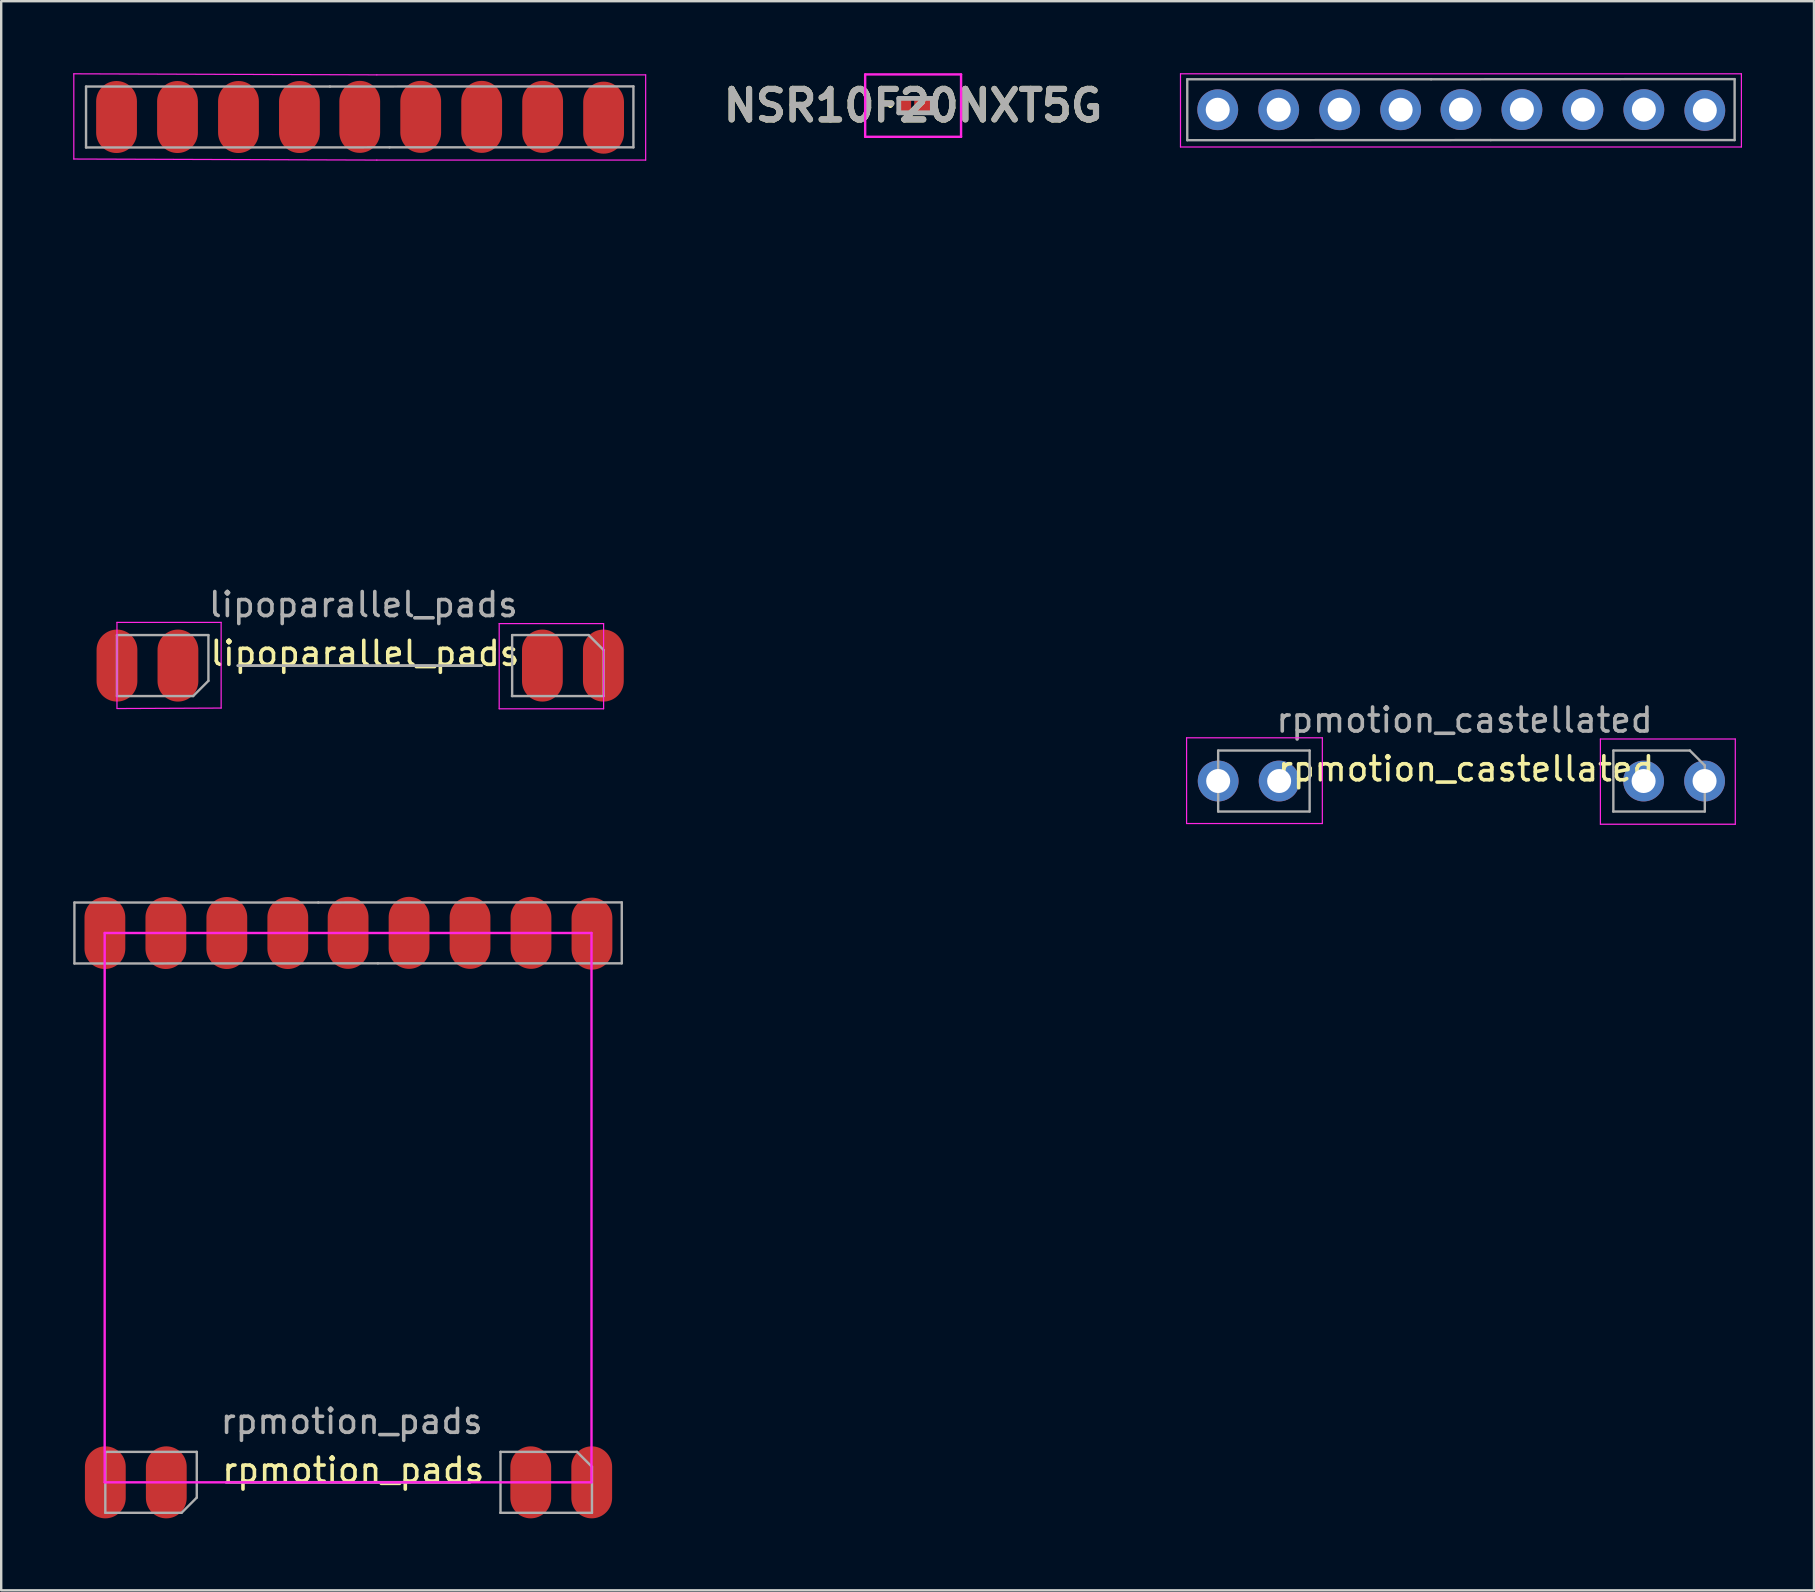
<source format=kicad_pcb>
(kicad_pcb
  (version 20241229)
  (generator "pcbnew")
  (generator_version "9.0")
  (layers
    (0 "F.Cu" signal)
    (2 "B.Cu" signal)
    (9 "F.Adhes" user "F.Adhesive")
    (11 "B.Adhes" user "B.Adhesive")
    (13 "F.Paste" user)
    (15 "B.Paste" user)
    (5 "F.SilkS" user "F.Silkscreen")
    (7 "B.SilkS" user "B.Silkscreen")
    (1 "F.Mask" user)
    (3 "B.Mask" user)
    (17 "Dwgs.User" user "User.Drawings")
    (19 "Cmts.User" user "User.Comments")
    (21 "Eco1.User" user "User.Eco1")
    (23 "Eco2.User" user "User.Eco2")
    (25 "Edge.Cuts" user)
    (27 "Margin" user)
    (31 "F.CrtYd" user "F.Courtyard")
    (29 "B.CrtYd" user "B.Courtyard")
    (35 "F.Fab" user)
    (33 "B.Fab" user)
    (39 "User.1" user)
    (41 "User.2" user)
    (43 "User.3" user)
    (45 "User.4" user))
  (footprint "NSR10F20NXT5G"
    (layer "F.Cu")
    (at 35.094 1.35)
    (property "Reference" "NSR10F20NXT5G" (at -0.103 0 0) (layer "F.SilkS") (effects (font (size 1.27 1.27) (thickness 0.254))))
    (attr smd)
    (fp_line (start -1.1 0) (end -1.1 0) (stroke (width 0.1) (type solid)) (layer "F.SilkS"))
    (fp_line (start -1 0) (end -1 0) (stroke (width 0.1) (type solid)) (layer "F.SilkS"))
    (fp_arc (start -1.1 0) (mid -1.05 -0.05) (end -1 0) (stroke (width 0.1) (type solid)) (layer "F.SilkS"))
    (fp_arc (start -1 0) (mid -1.05 0.05) (end -1.1 0) (stroke (width 0.1) (type solid)) (layer "F.SilkS"))
    (fp_line (start -2.1 -1.3) (end 1.895 -1.3) (stroke (width 0.1) (type solid)) (layer "F.CrtYd"))
    (fp_line (start -2.1 1.3) (end -2.1 -1.3) (stroke (width 0.1) (type solid)) (layer "F.CrtYd"))
    (fp_line (start 1.895 -1.3) (end 1.895 1.3) (stroke (width 0.1) (type solid)) (layer "F.CrtYd"))
    (fp_line (start 1.895 1.3) (end -2.1 1.3) (stroke (width 0.1) (type solid)) (layer "F.CrtYd"))
    (fp_line (start -0.7 -0.3) (end 0.7 -0.3) (stroke (width 0.2) (type solid)) (layer "F.Fab"))
    (fp_line (start -0.7 0.3) (end -0.7 -0.3) (stroke (width 0.2) (type solid)) (layer "F.Fab"))
    (fp_line (start 0.7 -0.3) (end 0.7 0.3) (stroke (width 0.2) (type solid)) (layer "F.Fab"))
    (fp_line (start 0.7 0.3) (end -0.7 0.3) (stroke (width 0.2) (type solid)) (layer "F.Fab"))
    (fp_text user "${REFERENCE}" (at -0.103 0 0) (layer "F.Fab") (effects (font (size 1.27 1.27) (thickness 0.254))))
    (pad "1" smd rect (at -0.42 0) (size 0.47 0.6) (layers "F.Cu" "F.Mask" "F.Paste"))
    (pad "2" smd rect (at 0.42 0 90) (size 0.6 0.95) (layers "F.Cu" "F.Mask" "F.Paste")))
  (footprint "lipoparallel_pads"
    (layer "F.Cu")
    (at 11.937 24.679)
    (property "Reference" "lipoparallel_pads" (at 0.216 -0.508 0) (unlocked yes) (layer "F.SilkS") (effects (font (size 1 1) (thickness 0.15))))
    (attr through_hole)
    (fp_line (start -11.912 -24.654) (end 0.712 -24.61) (stroke (width 0.05) (type solid)) (layer "F.CrtYd"))
    (fp_line (start -11.912 -21.104) (end -11.912 -24.654) (stroke (width 0.05) (type solid)) (layer "F.CrtYd"))
    (fp_line (start -10.114 -1.8) (end -5.774 -1.8) (stroke (width 0.05) (type solid)) (layer "F.CrtYd"))
    (fp_line (start -10.114 1.77) (end -10.114 -1.8) (stroke (width 0.05) (type solid)) (layer "F.CrtYd"))
    (fp_line (start -5.774 -1.8) (end -5.774 1.77) (stroke (width 0.05) (type solid)) (layer "F.CrtYd"))
    (fp_line (start -5.774 1.77) (end -10.114 1.79) (stroke (width 0.05) (type solid)) (layer "F.CrtYd"))
    (fp_line (start 0.712 -24.61) (end 11.912 -24.61) (stroke (width 0.05) (type solid)) (layer "F.CrtYd"))
    (fp_line (start 0.712 -21.06) (end -11.912 -21.104) (stroke (width 0.05) (type solid)) (layer "F.CrtYd"))
    (fp_line (start 5.81 -1.75) (end 10.16 -1.75) (stroke (width 0.05) (type solid)) (layer "F.CrtYd"))
    (fp_line (start 5.81 1.8) (end 5.81 -1.75) (stroke (width 0.05) (type solid)) (layer "F.CrtYd"))
    (fp_line (start 10.16 -1.75) (end 10.16 1.8) (stroke (width 0.05) (type solid)) (layer "F.CrtYd"))
    (fp_line (start 10.16 1.8) (end 5.81 1.8) (stroke (width 0.05) (type solid)) (layer "F.CrtYd"))
    (fp_line (start 11.912 -24.61) (end 11.912 -21.06) (stroke (width 0.05) (type solid)) (layer "F.CrtYd"))
    (fp_line (start 11.912 -21.06) (end 0.712 -21.06) (stroke (width 0.05) (type solid)) (layer "F.CrtYd"))
    (fp_line (start -11.402 -24.124) (end -1.242 -24.124) (stroke (width 0.1) (type solid)) (layer "F.Fab"))
    (fp_line (start -11.402 -21.584) (end -11.402 -24.124) (stroke (width 0.1) (type solid)) (layer "F.Fab"))
    (fp_line (start -10.114 -1.27) (end -6.304 -1.27) (stroke (width 0.1) (type solid)) (layer "F.Fab"))
    (fp_line (start -10.114 1.27) (end -10.114 -1.27) (stroke (width 0.1) (type solid)) (layer "F.Fab"))
    (fp_line (start -6.939 1.27) (end -10.114 1.27) (stroke (width 0.1) (type solid)) (layer "F.Fab"))
    (fp_line (start -6.304 -1.27) (end -6.304 0.635) (stroke (width 0.1) (type solid)) (layer "F.Fab"))
    (fp_line (start -6.304 0.635) (end -6.939 1.27) (stroke (width 0.1) (type solid)) (layer "F.Fab"))
    (fp_line (start -5.08 0) (end 5.08 0) (stroke (width 0.12) (type default)) (layer "F.Fab"))
    (fp_line (start -1.242 -24.124) (end 11.402 -24.13) (stroke (width 0.1) (type solid)) (layer "F.Fab"))
    (fp_line (start 1.242 -21.59) (end -11.402 -21.584) (stroke (width 0.1) (type solid)) (layer "F.Fab"))
    (fp_line (start 6.34 1.27) (end 10.16 1.27) (stroke (width 0.1) (type solid)) (layer "F.Fab"))
    (fp_line (start 6.35 -1.27) (end 9.538 -1.27) (stroke (width 0.1) (type solid)) (layer "F.Fab"))
    (fp_line (start 6.35 1.27) (end 6.35 -1.27) (stroke (width 0.1) (type solid)) (layer "F.Fab"))
    (fp_line (start 10.16 -0.648) (end 9.538 -1.27) (stroke (width 0.1) (type solid)) (layer "F.Fab"))
    (fp_line (start 10.16 -0.648) (end 10.16 1.27) (stroke (width 0.1) (type solid)) (layer "F.Fab"))
    (fp_line (start 11.402 -24.13) (end 11.402 -21.59) (stroke (width 0.1) (type solid)) (layer "F.Fab"))
    (fp_line (start 11.402 -21.59) (end 1.242 -21.59) (stroke (width 0.1) (type solid)) (layer "F.Fab"))
    (fp_text user "${REFERENCE}" (at 0.152 -2.54 0) (layer "F.Fab") (effects (font (size 1 1) (thickness 0.15))))
    (pad "1" connect oval (at 10.15 0 270) (size 3 1.7) (layers "F.Cu" "F.Mask"))
    (pad "2" connect oval (at 7.61 0 270) (size 3 1.7) (layers "F.Cu" "F.Mask"))
    (pad "3" connect oval (at -7.574 0 270) (size 3 1.7) (layers "F.Cu" "F.Mask"))
    (pad "4" connect oval (at -10.114 0 270) (size 3 1.7) (layers "F.Cu" "F.Mask"))
    (pad "5" connect oval (at -10.132 -22.854 270) (size 3 1.7) (layers "F.Cu" "F.Mask"))
    (pad "6" connect oval (at -7.592 -22.854 270) (size 3 1.7) (layers "F.Cu" "F.Mask"))
    (pad "7" connect oval (at -5.052 -22.854 270) (size 3 1.7) (layers "F.Cu" "F.Mask"))
    (pad "8" connect oval (at -2.512 -22.854 270) (size 3 1.7) (layers "F.Cu" "F.Mask"))
    (pad "9" connect oval (at 0 -22.86 270) (size 3 1.7) (layers "F.Cu" "F.Mask"))
    (pad "10" connect oval (at 2.54 -22.86 270) (size 3 1.7) (layers "F.Cu" "F.Mask"))
    (pad "11" connect oval (at 5.08 -22.86 270) (size 3 1.7) (layers "F.Cu" "F.Mask"))
    (pad "12" connect oval (at 7.62 -22.86 270) (size 3 1.7) (layers "F.Cu" "F.Mask"))
    (pad "13" connect oval (at 10.16 -22.827 270) (size 3 1.7) (layers "F.Cu" "F.Mask")))
  (footprint "rpmotion_castellated"
    (layer "F.Cu")
    (at 57.815 29.489)
    (property "Reference" "rpmotion_castellated" (at 0.216 -0.508 0) (unlocked yes) (layer "F.SilkS") (effects (font (size 1 1) (thickness 0.15))))
    (attr through_hole)
    (fp_line (start -11.684 -29.464) (end 11.684 -29.464) (stroke (width 0.05) (type solid)) (layer "F.CrtYd"))
    (fp_line (start -11.684 -26.416) (end -11.684 -29.464) (stroke (width 0.05) (type solid)) (layer "F.CrtYd"))
    (fp_line (start -11.43 -1.8) (end -5.774 -1.8) (stroke (width 0.05) (type solid)) (layer "F.CrtYd"))
    (fp_line (start -11.43 1.77) (end -11.43 -1.8) (stroke (width 0.05) (type solid)) (layer "F.CrtYd"))
    (fp_line (start -5.774 -1.8) (end -5.774 1.77) (stroke (width 0.05) (type solid)) (layer "F.CrtYd"))
    (fp_line (start -5.774 1.77) (end -11.43 1.77) (stroke (width 0.05) (type solid)) (layer "F.CrtYd"))
    (fp_line (start 5.81 -1.75) (end 11.43 -1.75) (stroke (width 0.05) (type solid)) (layer "F.CrtYd"))
    (fp_line (start 5.81 1.8) (end 5.81 -1.75) (stroke (width 0.05) (type solid)) (layer "F.CrtYd"))
    (fp_line (start 11.43 -1.75) (end 11.43 1.8) (stroke (width 0.05) (type solid)) (layer "F.CrtYd"))
    (fp_line (start 11.43 1.8) (end 5.81 1.8) (stroke (width 0.05) (type solid)) (layer "F.CrtYd"))
    (fp_line (start 11.684 -29.464) (end 11.684 -26.416) (stroke (width 0.05) (type solid)) (layer "F.CrtYd"))
    (fp_line (start 11.684 -26.416) (end -11.684 -26.416) (stroke (width 0.05) (type solid)) (layer "F.CrtYd"))
    (fp_line (start -11.402 -29.237) (end -1.242 -29.237) (stroke (width 0.1) (type solid)) (layer "F.Fab"))
    (fp_line (start -11.402 -26.697) (end -11.402 -29.237) (stroke (width 0.1) (type solid)) (layer "F.Fab"))
    (fp_line (start -10.114 -1.27) (end -6.304 -1.27) (stroke (width 0.1) (type solid)) (layer "F.Fab"))
    (fp_line (start -10.114 1.27) (end -10.114 -1.27) (stroke (width 0.1) (type solid)) (layer "F.Fab"))
    (fp_line (start -6.304 -1.27) (end -6.304 1.27) (stroke (width 0.1) (type solid)) (layer "F.Fab"))
    (fp_line (start -6.304 1.27) (end -10.114 1.27) (stroke (width 0.1) (type solid)) (layer "F.Fab"))
    (fp_line (start -1.242 -29.237) (end 11.402 -29.243) (stroke (width 0.1) (type solid)) (layer "F.Fab"))
    (fp_line (start 1.242 -26.703) (end -11.402 -26.697) (stroke (width 0.1) (type solid)) (layer "F.Fab"))
    (fp_line (start 6.34 1.27) (end 10.16 1.27) (stroke (width 0.1) (type solid)) (layer "F.Fab"))
    (fp_line (start 6.35 -1.27) (end 9.538 -1.27) (stroke (width 0.1) (type solid)) (layer "F.Fab"))
    (fp_line (start 6.35 1.27) (end 6.35 -1.27) (stroke (width 0.1) (type solid)) (layer "F.Fab"))
    (fp_line (start 10.16 -0.648) (end 9.538 -1.27) (stroke (width 0.1) (type solid)) (layer "F.Fab"))
    (fp_line (start 10.16 -0.648) (end 10.16 1.27) (stroke (width 0.1) (type solid)) (layer "F.Fab"))
    (fp_line (start 11.402 -29.243) (end 11.402 -26.703) (stroke (width 0.1) (type solid)) (layer "F.Fab"))
    (fp_line (start 11.402 -26.703) (end 1.242 -26.703) (stroke (width 0.1) (type solid)) (layer "F.Fab"))
    (fp_text user "${REFERENCE}" (at 0.152 -2.54 0) (layer "F.Fab") (effects (font (size 1 1) (thickness 0.15))))
    (pad "1" thru_hole oval (at 10.15 0 90) (size 1.7 1.7) (drill 1) (layers "*.Cu" "*.Mask"))
    (pad "2" thru_hole oval (at 7.61 0 90) (size 1.7 1.7) (drill 1) (layers "*.Cu" "*.Mask"))
    (pad "3" thru_hole oval (at -7.574 0 270) (size 1.7 1.7) (drill 1) (layers "*.Cu" "*.Mask"))
    (pad "4" thru_hole oval (at -10.114 0 270) (size 1.7 1.7) (drill 1) (layers "*.Cu" "*.Mask"))
    (pad "5" thru_hole oval (at -10.132 -27.967 270) (size 1.7 1.7) (drill 1) (layers "*.Cu" "*.Mask"))
    (pad "6" thru_hole oval (at -7.592 -27.967 270) (size 1.7 1.7) (drill 1) (layers "*.Cu" "*.Mask"))
    (pad "7" thru_hole oval (at -5.052 -27.967 270) (size 1.7 1.7) (drill 1) (layers "*.Cu" "*.Mask"))
    (pad "8" thru_hole circle (at -2.512 -27.967 270) (size 1.7 1.7) (drill 1) (layers "*.Cu" "*.Mask"))
    (pad "9" thru_hole oval (at 0 -27.973 90) (size 1.7 1.7) (drill 1) (layers "*.Cu" "*.Mask"))
    (pad "10" thru_hole oval (at 2.54 -27.973 90) (size 1.7 1.7) (drill 1) (layers "*.Cu" "*.Mask"))
    (pad "11" thru_hole oval (at 5.08 -27.973 90) (size 1.7 1.7) (drill 1) (layers "*.Cu" "*.Mask"))
    (pad "12" thru_hole oval (at 7.62 -27.973 90) (size 1.7 1.7) (drill 1) (layers "*.Cu" "*.Mask"))
    (pad "13" thru_hole oval (at 10.16 -27.94 90) (size 1.7 1.7) (drill 1) (layers "*.Cu" "*.Mask")))
  (footprint "rpmotion_pads"
    (layer "F.Cu")
    (at 11.452 58.707)
    (property "Reference" "rpmotion_pads" (at 0.216 -0.508 0) (unlocked yes) (layer "F.SilkS") (effects (font (size 1 1) (thickness 0.15))))
    (attr through_hole)
    (fp_line (start -10.141 0) (end -10.141 -22.887) (stroke (width 0.1) (type default)) (layer "F.CrtYd"))
    (fp_line (start -10.141 0) (end 10.141 0) (stroke (width 0.1) (type default)) (layer "F.CrtYd"))
    (fp_line (start 10.141 -22.887) (end -10.141 -22.887) (stroke (width 0.1) (type default)) (layer "F.CrtYd"))
    (fp_line (start 10.141 0) (end 10.141 -22.887) (stroke (width 0.1) (type default)) (layer "F.CrtYd"))
    (fp_line (start -11.402 -24.157) (end -1.242 -24.157) (stroke (width 0.1) (type solid)) (layer "F.Fab"))
    (fp_line (start -11.402 -21.617) (end -11.402 -24.157) (stroke (width 0.1) (type solid)) (layer "F.Fab"))
    (fp_line (start -10.114 -1.27) (end -6.304 -1.27) (stroke (width 0.1) (type solid)) (layer "F.Fab"))
    (fp_line (start -10.114 1.27) (end -10.114 -1.27) (stroke (width 0.1) (type solid)) (layer "F.Fab"))
    (fp_line (start -6.939 1.27) (end -10.114 1.27) (stroke (width 0.1) (type solid)) (layer "F.Fab"))
    (fp_line (start -6.304 -1.27) (end -6.304 0.635) (stroke (width 0.1) (type solid)) (layer "F.Fab"))
    (fp_line (start -6.304 0.635) (end -6.939 1.27) (stroke (width 0.1) (type solid)) (layer "F.Fab"))
    (fp_line (start -5.08 0) (end 5.08 0) (stroke (width 0.12) (type default)) (layer "F.Fab"))
    (fp_line (start -1.242 -24.157) (end 11.402 -24.163) (stroke (width 0.1) (type solid)) (layer "F.Fab"))
    (fp_line (start 1.242 -21.623) (end -11.402 -21.617) (stroke (width 0.1) (type solid)) (layer "F.Fab"))
    (fp_line (start 6.34 1.27) (end 10.16 1.27) (stroke (width 0.1) (type solid)) (layer "F.Fab"))
    (fp_line (start 6.35 -1.27) (end 9.538 -1.27) (stroke (width 0.1) (type solid)) (layer "F.Fab"))
    (fp_line (start 6.35 1.27) (end 6.35 -1.27) (stroke (width 0.1) (type solid)) (layer "F.Fab"))
    (fp_line (start 10.16 -0.648) (end 9.538 -1.27) (stroke (width 0.1) (type solid)) (layer "F.Fab"))
    (fp_line (start 10.16 -0.648) (end 10.16 1.27) (stroke (width 0.1) (type solid)) (layer "F.Fab"))
    (fp_line (start 11.402 -24.163) (end 11.402 -21.623) (stroke (width 0.1) (type solid)) (layer "F.Fab"))
    (fp_line (start 11.402 -21.623) (end 1.242 -21.623) (stroke (width 0.1) (type solid)) (layer "F.Fab"))
    (fp_text user "${REFERENCE}" (at 0.152 -2.54 0) (layer "F.Fab") (effects (font (size 1 1) (thickness 0.15))))
    (pad "1" connect oval (at 10.15 0 270) (size 3 1.7) (layers "F.Cu" "F.Mask"))
    (pad "2" connect oval (at 7.61 0 270) (size 3 1.7) (layers "F.Cu" "F.Mask"))
    (pad "3" connect oval (at -7.574 0 270) (size 3 1.7) (layers "F.Cu" "F.Mask"))
    (pad "4" connect oval (at -10.114 0 270) (size 3 1.7) (layers "F.Cu" "F.Mask"))
    (pad "5" connect oval (at -10.132 -22.887 270) (size 3 1.7) (layers "F.Cu" "F.Mask"))
    (pad "6" connect oval (at -7.592 -22.887 270) (size 3 1.7) (layers "F.Cu" "F.Mask"))
    (pad "7" connect oval (at -5.052 -22.887 270) (size 3 1.7) (layers "F.Cu" "F.Mask"))
    (pad "8" connect oval (at -2.512 -22.887 270) (size 3 1.7) (layers "F.Cu" "F.Mask"))
    (pad "9" connect oval (at 0 -22.893 270) (size 3 1.7) (layers "F.Cu" "F.Mask"))
    (pad "10" connect oval (at 2.54 -22.893 270) (size 3 1.7) (layers "F.Cu" "F.Mask"))
    (pad "11" connect oval (at 5.08 -22.893 270) (size 3 1.7) (layers "F.Cu" "F.Mask"))
    (pad "12" connect oval (at 7.62 -22.893 270) (size 3 1.7) (layers "F.Cu" "F.Mask"))
    (pad "13" connect oval (at 10.16 -22.86 270) (size 3 1.7) (layers "F.Cu" "F.Mask")))
  (gr_rect
    (start -3 -3)
    (end 72.524 63.207)
    (stroke (width 0.1) (type default))
    (fill no)
    (layer "Edge.Cuts")))
</source>
